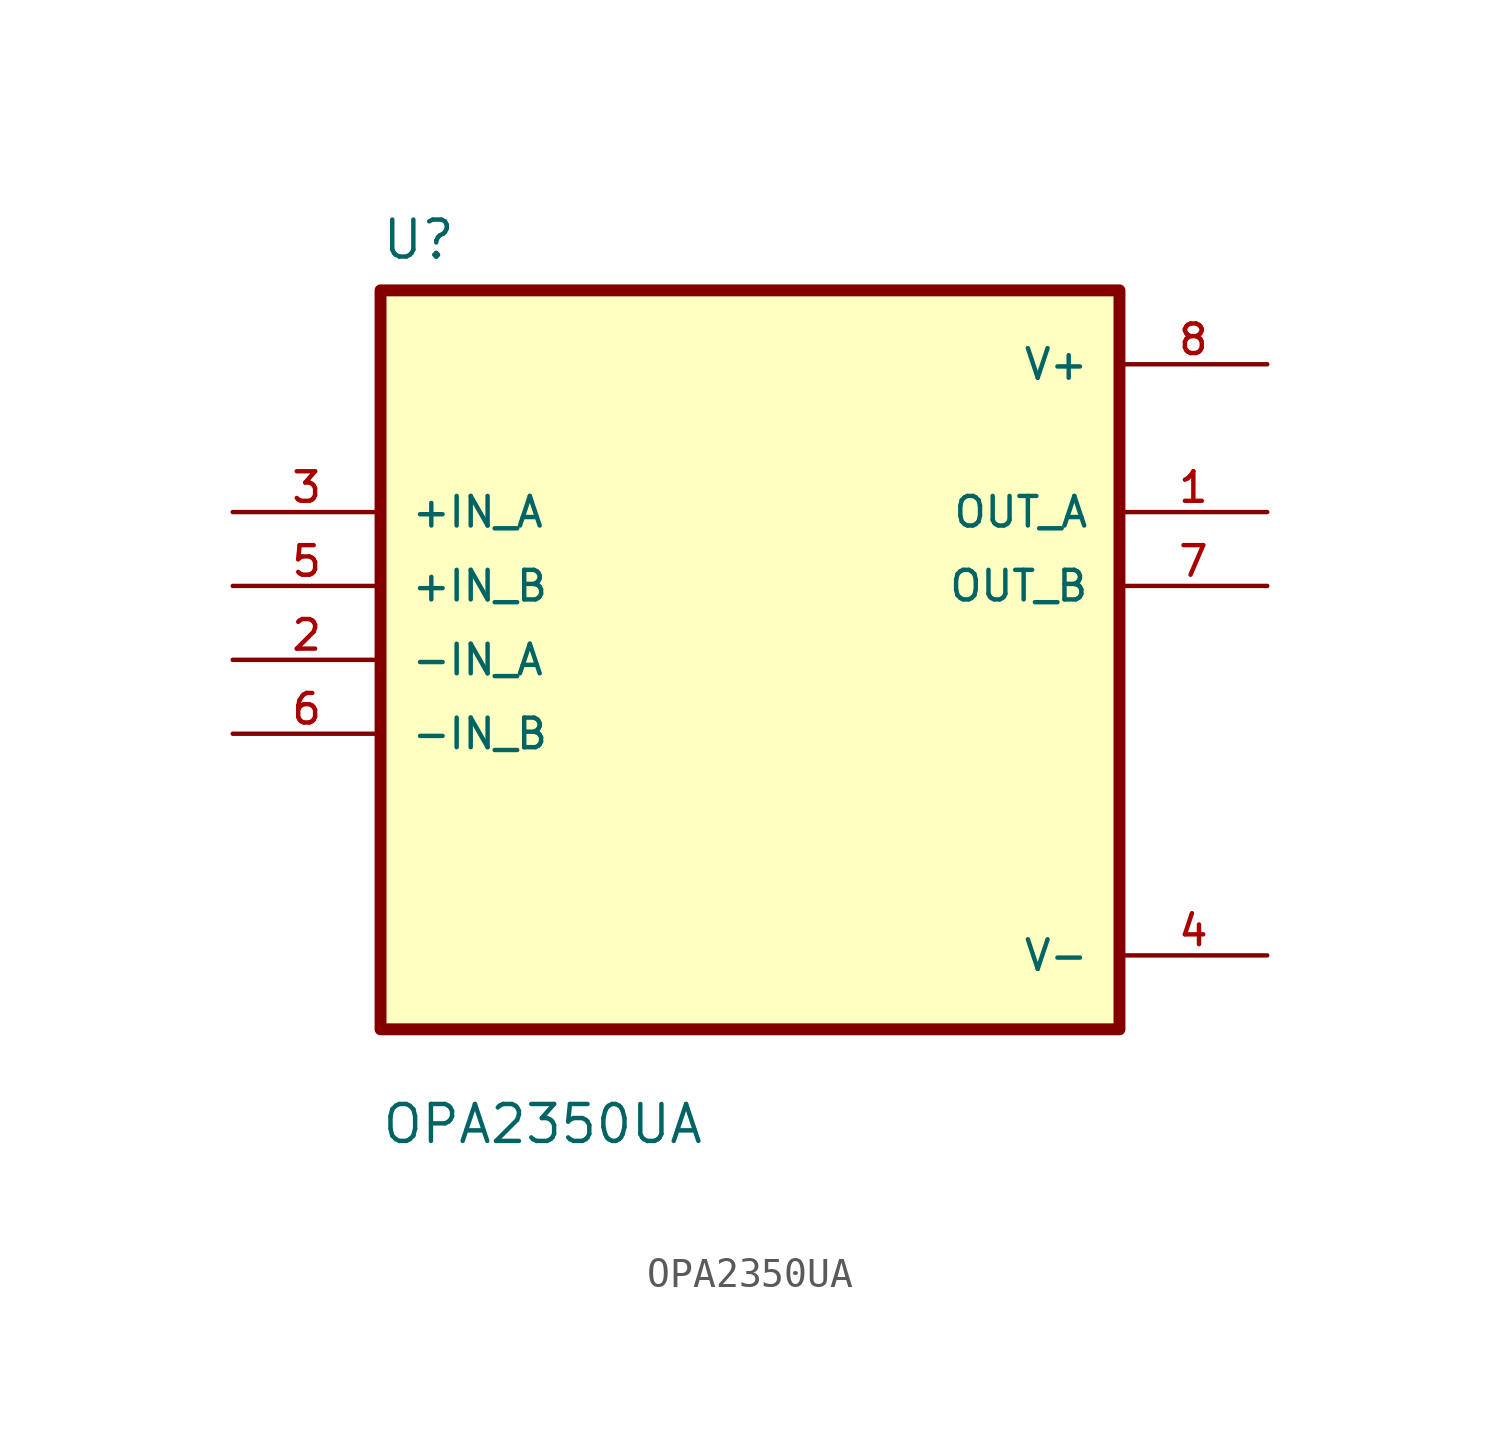
<source format=kicad_sym>
(kicad_symbol_lib
  (version 20211014)
  (generator kicad_symbol_editor)
  (symbol "OPA2350UA"
    (pin_names
      (offset 1.016))
    (property "Reference" "U"
      (at -12.7 13.7 0.0)
      (effects (font (size 1.27 1.27)) (justify bottom left)))
    (property "Value" "OPA2350UA"
      (at -12.7 -16.7 0.0)
      (effects (font (size 1.27 1.27)) (justify bottom left)))
    (symbol "OPA2350UA_0_0"
      (rectangle (start -12.7 -12.7) (end 12.7 12.7) (stroke (width 0.41)) (fill (type background)))
      (pin input line (at -17.78 5.08 0) (length 5.08) (name "+IN_A" (effects (font (size 1.016 1.016)))) (number "3" (effects (font (size 1.016 1.016)))))
      (pin input line (at -17.78 2.54 0) (length 5.08) (name "+IN_B" (effects (font (size 1.016 1.016)))) (number "5" (effects (font (size 1.016 1.016)))))
      (pin input line (at -17.78 -8.88178e-16 0) (length 5.08) (name "-IN_A" (effects (font (size 1.016 1.016)))) (number "2" (effects (font (size 1.016 1.016)))))
      (pin input line (at -17.78 -2.54 0) (length 5.08) (name "-IN_B" (effects (font (size 1.016 1.016)))) (number "6" (effects (font (size 1.016 1.016)))))
      (pin power_in line (at 17.78 10.16 180.0) (length 5.08) (name "V+" (effects (font (size 1.016 1.016)))) (number "8" (effects (font (size 1.016 1.016)))))
      (pin output line (at 17.78 5.08 180.0) (length 5.08) (name "OUT_A" (effects (font (size 1.016 1.016)))) (number "1" (effects (font (size 1.016 1.016)))))
      (pin output line (at 17.78 2.54 180.0) (length 5.08) (name "OUT_B" (effects (font (size 1.016 1.016)))) (number "7" (effects (font (size 1.016 1.016)))))
      (pin power_in line (at 17.78 -10.16 180.0) (length 5.08) (name "V-" (effects (font (size 1.016 1.016)))) (number "4" (effects (font (size 1.016 1.016))))))))
</source>
